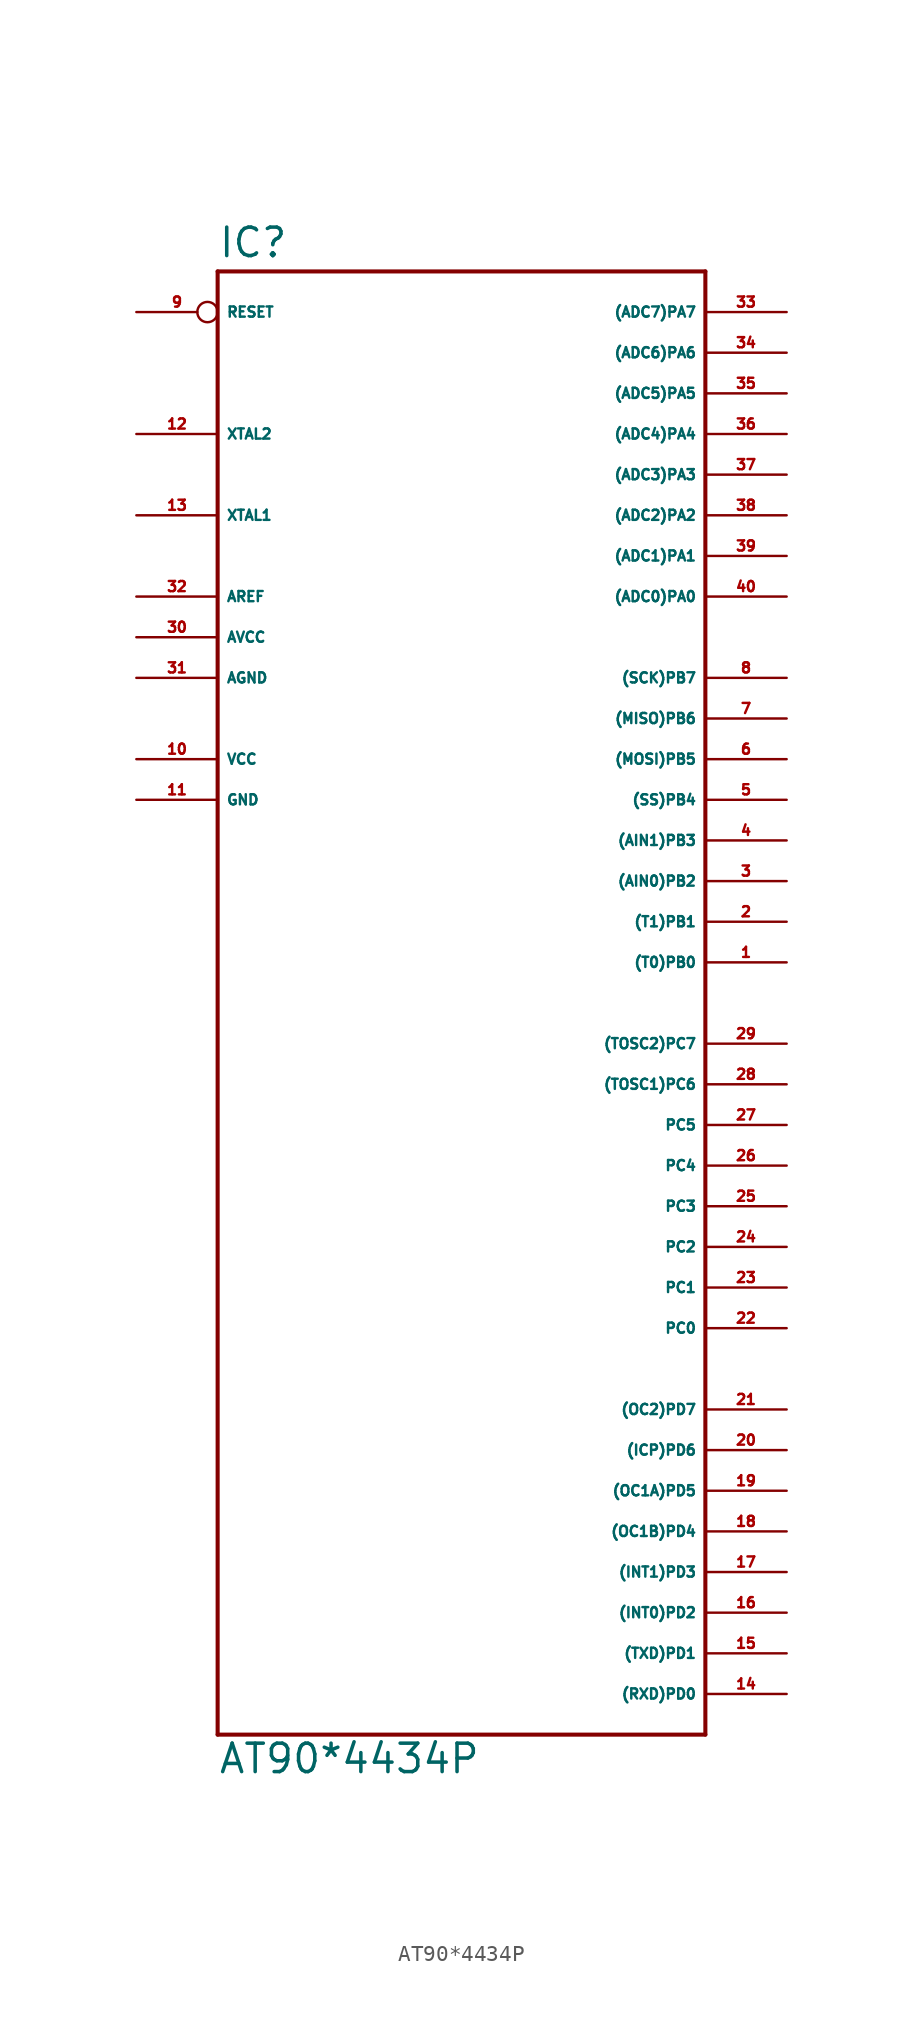
<source format=kicad_sym>
(kicad_symbol_lib
  (version 20220914)
  (generator Eagle2Kicad)
  (symbol "AT90*4434P"
    (property "Reference" "IC"
      (at -15.24 46.482 0)
      (effects (font (size 1.778 1.778) (thickness 0.22)) (justify left bottom)))
    (property "Value" "AT90*4434P"
      (at -15.24 -48.26 0)
      (effects (font (size 1.778 1.778) (thickness 0.22)) (justify left bottom)))
    (polyline
      (pts (xy -15.24 45.72) (xy 15.24 45.72))
      (stroke (width 0.254) (type default))
      (fill (type none)))
    (polyline
      (pts (xy 15.24 45.72) (xy 15.24 -45.72))
      (stroke (width 0.254) (type default))
      (fill (type none)))
    (polyline
      (pts (xy 15.24 -45.72) (xy -15.24 -45.72))
      (stroke (width 0.254) (type default))
      (fill (type none)))
    (polyline
      (pts (xy -15.24 -45.72) (xy -15.24 45.72))
      (stroke (width 0.254) (type default))
      (fill (type none)))
    (pin bidirectional line
      (at 20.32 43.18 180)
      (length 5.08)
      (name "(ADC7)PA7" (effects (font (size 0.635 0.635) (thickness 0.08)) (justify left bottom)))
      (number "33" (effects (font (size 0.635 0.635) (thickness 0.08)) (justify left bottom))))
    (pin bidirectional line
      (at 20.32 40.64 180)
      (length 5.08)
      (name "(ADC6)PA6" (effects (font (size 0.635 0.635) (thickness 0.08)) (justify left bottom)))
      (number "34" (effects (font (size 0.635 0.635) (thickness 0.08)) (justify left bottom))))
    (pin bidirectional line
      (at 20.32 38.1 180)
      (length 5.08)
      (name "(ADC5)PA5" (effects (font (size 0.635 0.635) (thickness 0.08)) (justify left bottom)))
      (number "35" (effects (font (size 0.635 0.635) (thickness 0.08)) (justify left bottom))))
    (pin bidirectional line
      (at 20.32 35.56 180)
      (length 5.08)
      (name "(ADC4)PA4" (effects (font (size 0.635 0.635) (thickness 0.08)) (justify left bottom)))
      (number "36" (effects (font (size 0.635 0.635) (thickness 0.08)) (justify left bottom))))
    (pin bidirectional line
      (at 20.32 33.02 180)
      (length 5.08)
      (name "(ADC3)PA3" (effects (font (size 0.635 0.635) (thickness 0.08)) (justify left bottom)))
      (number "37" (effects (font (size 0.635 0.635) (thickness 0.08)) (justify left bottom))))
    (pin bidirectional line
      (at 20.32 30.48 180)
      (length 5.08)
      (name "(ADC2)PA2" (effects (font (size 0.635 0.635) (thickness 0.08)) (justify left bottom)))
      (number "38" (effects (font (size 0.635 0.635) (thickness 0.08)) (justify left bottom))))
    (pin bidirectional line
      (at 20.32 27.94 180)
      (length 5.08)
      (name "(ADC1)PA1" (effects (font (size 0.635 0.635) (thickness 0.08)) (justify left bottom)))
      (number "39" (effects (font (size 0.635 0.635) (thickness 0.08)) (justify left bottom))))
    (pin bidirectional line
      (at 20.32 25.4 180)
      (length 5.08)
      (name "(ADC0)PA0" (effects (font (size 0.635 0.635) (thickness 0.08)) (justify left bottom)))
      (number "40" (effects (font (size 0.635 0.635) (thickness 0.08)) (justify left bottom))))
    (pin bidirectional line
      (at 20.32 20.32 180)
      (length 5.08)
      (name "(SCK)PB7" (effects (font (size 0.635 0.635) (thickness 0.08)) (justify left bottom)))
      (number "8" (effects (font (size 0.635 0.635) (thickness 0.08)) (justify left bottom))))
    (pin bidirectional line
      (at 20.32 17.78 180)
      (length 5.08)
      (name "(MISO)PB6" (effects (font (size 0.635 0.635) (thickness 0.08)) (justify left bottom)))
      (number "7" (effects (font (size 0.635 0.635) (thickness 0.08)) (justify left bottom))))
    (pin bidirectional line
      (at 20.32 15.24 180)
      (length 5.08)
      (name "(MOSI)PB5" (effects (font (size 0.635 0.635) (thickness 0.08)) (justify left bottom)))
      (number "6" (effects (font (size 0.635 0.635) (thickness 0.08)) (justify left bottom))))
    (pin bidirectional line
      (at 20.32 12.7 180)
      (length 5.08)
      (name "(SS)PB4" (effects (font (size 0.635 0.635) (thickness 0.08)) (justify left bottom)))
      (number "5" (effects (font (size 0.635 0.635) (thickness 0.08)) (justify left bottom))))
    (pin bidirectional line
      (at 20.32 10.16 180)
      (length 5.08)
      (name "(AIN1)PB3" (effects (font (size 0.635 0.635) (thickness 0.08)) (justify left bottom)))
      (number "4" (effects (font (size 0.635 0.635) (thickness 0.08)) (justify left bottom))))
    (pin bidirectional line
      (at 20.32 7.62 180)
      (length 5.08)
      (name "(AIN0)PB2" (effects (font (size 0.635 0.635) (thickness 0.08)) (justify left bottom)))
      (number "3" (effects (font (size 0.635 0.635) (thickness 0.08)) (justify left bottom))))
    (pin bidirectional line
      (at 20.32 5.08 180)
      (length 5.08)
      (name "(T1)PB1" (effects (font (size 0.635 0.635) (thickness 0.08)) (justify left bottom)))
      (number "2" (effects (font (size 0.635 0.635) (thickness 0.08)) (justify left bottom))))
    (pin bidirectional line
      (at 20.32 2.54 180)
      (length 5.08)
      (name "(T0)PB0" (effects (font (size 0.635 0.635) (thickness 0.08)) (justify left bottom)))
      (number "1" (effects (font (size 0.635 0.635) (thickness 0.08)) (justify left bottom))))
    (pin bidirectional line
      (at 20.32 -2.54 180)
      (length 5.08)
      (name "(TOSC2)PC7" (effects (font (size 0.635 0.635) (thickness 0.08)) (justify left bottom)))
      (number "29" (effects (font (size 0.635 0.635) (thickness 0.08)) (justify left bottom))))
    (pin bidirectional line
      (at 20.32 -5.08 180)
      (length 5.08)
      (name "(TOSC1)PC6" (effects (font (size 0.635 0.635) (thickness 0.08)) (justify left bottom)))
      (number "28" (effects (font (size 0.635 0.635) (thickness 0.08)) (justify left bottom))))
    (pin bidirectional line
      (at 20.32 -7.62 180)
      (length 5.08)
      (name "PC5" (effects (font (size 0.635 0.635) (thickness 0.08)) (justify left bottom)))
      (number "27" (effects (font (size 0.635 0.635) (thickness 0.08)) (justify left bottom))))
    (pin bidirectional line
      (at 20.32 -10.16 180)
      (length 5.08)
      (name "PC4" (effects (font (size 0.635 0.635) (thickness 0.08)) (justify left bottom)))
      (number "26" (effects (font (size 0.635 0.635) (thickness 0.08)) (justify left bottom))))
    (pin bidirectional line
      (at 20.32 -12.7 180)
      (length 5.08)
      (name "PC3" (effects (font (size 0.635 0.635) (thickness 0.08)) (justify left bottom)))
      (number "25" (effects (font (size 0.635 0.635) (thickness 0.08)) (justify left bottom))))
    (pin bidirectional line
      (at 20.32 -15.24 180)
      (length 5.08)
      (name "PC2" (effects (font (size 0.635 0.635) (thickness 0.08)) (justify left bottom)))
      (number "24" (effects (font (size 0.635 0.635) (thickness 0.08)) (justify left bottom))))
    (pin bidirectional line
      (at 20.32 -17.78 180)
      (length 5.08)
      (name "PC1" (effects (font (size 0.635 0.635) (thickness 0.08)) (justify left bottom)))
      (number "23" (effects (font (size 0.635 0.635) (thickness 0.08)) (justify left bottom))))
    (pin bidirectional line
      (at 20.32 -20.32 180)
      (length 5.08)
      (name "PC0" (effects (font (size 0.635 0.635) (thickness 0.08)) (justify left bottom)))
      (number "22" (effects (font (size 0.635 0.635) (thickness 0.08)) (justify left bottom))))
    (pin unspecified line
      (at -20.32 20.32 0)
      (length 5.08)
      (name "AGND" (effects (font (size 0.635 0.635) (thickness 0.08)) (justify left bottom)))
      (number "31" (effects (font (size 0.635 0.635) (thickness 0.08)) (justify left bottom))))
    (pin unspecified line
      (at -20.32 22.86 0)
      (length 5.08)
      (name "AVCC" (effects (font (size 0.635 0.635) (thickness 0.08)) (justify left bottom)))
      (number "30" (effects (font (size 0.635 0.635) (thickness 0.08)) (justify left bottom))))
    (pin passive line
      (at -20.32 25.4 0)
      (length 5.08)
      (name "AREF" (effects (font (size 0.635 0.635) (thickness 0.08)) (justify left bottom)))
      (number "32" (effects (font (size 0.635 0.635) (thickness 0.08)) (justify left bottom))))
    (pin bidirectional line
      (at -20.32 30.48 0)
      (length 5.08)
      (name "XTAL1" (effects (font (size 0.635 0.635) (thickness 0.08)) (justify left bottom)))
      (number "13" (effects (font (size 0.635 0.635) (thickness 0.08)) (justify left bottom))))
    (pin bidirectional line
      (at -20.32 35.56 0)
      (length 5.08)
      (name "XTAL2" (effects (font (size 0.635 0.635) (thickness 0.08)) (justify left bottom)))
      (number "12" (effects (font (size 0.635 0.635) (thickness 0.08)) (justify left bottom))))
    (pin unspecified line
      (at -20.32 15.24 0)
      (length 5.08)
      (name "VCC" (effects (font (size 0.635 0.635) (thickness 0.08)) (justify left bottom)))
      (number "10" (effects (font (size 0.635 0.635) (thickness 0.08)) (justify left bottom))))
    (pin unspecified line
      (at -20.32 12.7 0)
      (length 5.08)
      (name "GND" (effects (font (size 0.635 0.635) (thickness 0.08)) (justify left bottom)))
      (number "11" (effects (font (size 0.635 0.635) (thickness 0.08)) (justify left bottom))))
    (pin input inverted
      (at -20.32 43.18 0)
      (length 5.08)
      (name "RESET" (effects (font (size 0.635 0.635) (thickness 0.08)) (justify left bottom)))
      (number "9" (effects (font (size 0.635 0.635) (thickness 0.08)) (justify left bottom))))
    (pin bidirectional line
      (at 20.32 -43.18 180)
      (length 5.08)
      (name "(RXD)PD0" (effects (font (size 0.635 0.635) (thickness 0.08)) (justify left bottom)))
      (number "14" (effects (font (size 0.635 0.635) (thickness 0.08)) (justify left bottom))))
    (pin bidirectional line
      (at 20.32 -40.64 180)
      (length 5.08)
      (name "(TXD)PD1" (effects (font (size 0.635 0.635) (thickness 0.08)) (justify left bottom)))
      (number "15" (effects (font (size 0.635 0.635) (thickness 0.08)) (justify left bottom))))
    (pin bidirectional line
      (at 20.32 -38.1 180)
      (length 5.08)
      (name "(INT0)PD2" (effects (font (size 0.635 0.635) (thickness 0.08)) (justify left bottom)))
      (number "16" (effects (font (size 0.635 0.635) (thickness 0.08)) (justify left bottom))))
    (pin bidirectional line
      (at 20.32 -35.56 180)
      (length 5.08)
      (name "(INT1)PD3" (effects (font (size 0.635 0.635) (thickness 0.08)) (justify left bottom)))
      (number "17" (effects (font (size 0.635 0.635) (thickness 0.08)) (justify left bottom))))
    (pin bidirectional line
      (at 20.32 -33.02 180)
      (length 5.08)
      (name "(OC1B)PD4" (effects (font (size 0.635 0.635) (thickness 0.08)) (justify left bottom)))
      (number "18" (effects (font (size 0.635 0.635) (thickness 0.08)) (justify left bottom))))
    (pin bidirectional line
      (at 20.32 -30.48 180)
      (length 5.08)
      (name "(OC1A)PD5" (effects (font (size 0.635 0.635) (thickness 0.08)) (justify left bottom)))
      (number "19" (effects (font (size 0.635 0.635) (thickness 0.08)) (justify left bottom))))
    (pin bidirectional line
      (at 20.32 -27.94 180)
      (length 5.08)
      (name "(ICP)PD6" (effects (font (size 0.635 0.635) (thickness 0.08)) (justify left bottom)))
      (number "20" (effects (font (size 0.635 0.635) (thickness 0.08)) (justify left bottom))))
    (pin bidirectional line
      (at 20.32 -25.4 180)
      (length 5.08)
      (name "(OC2)PD7" (effects (font (size 0.635 0.635) (thickness 0.08)) (justify left bottom)))
      (number "21" (effects (font (size 0.635 0.635) (thickness 0.08)) (justify left bottom))))))
</source>
